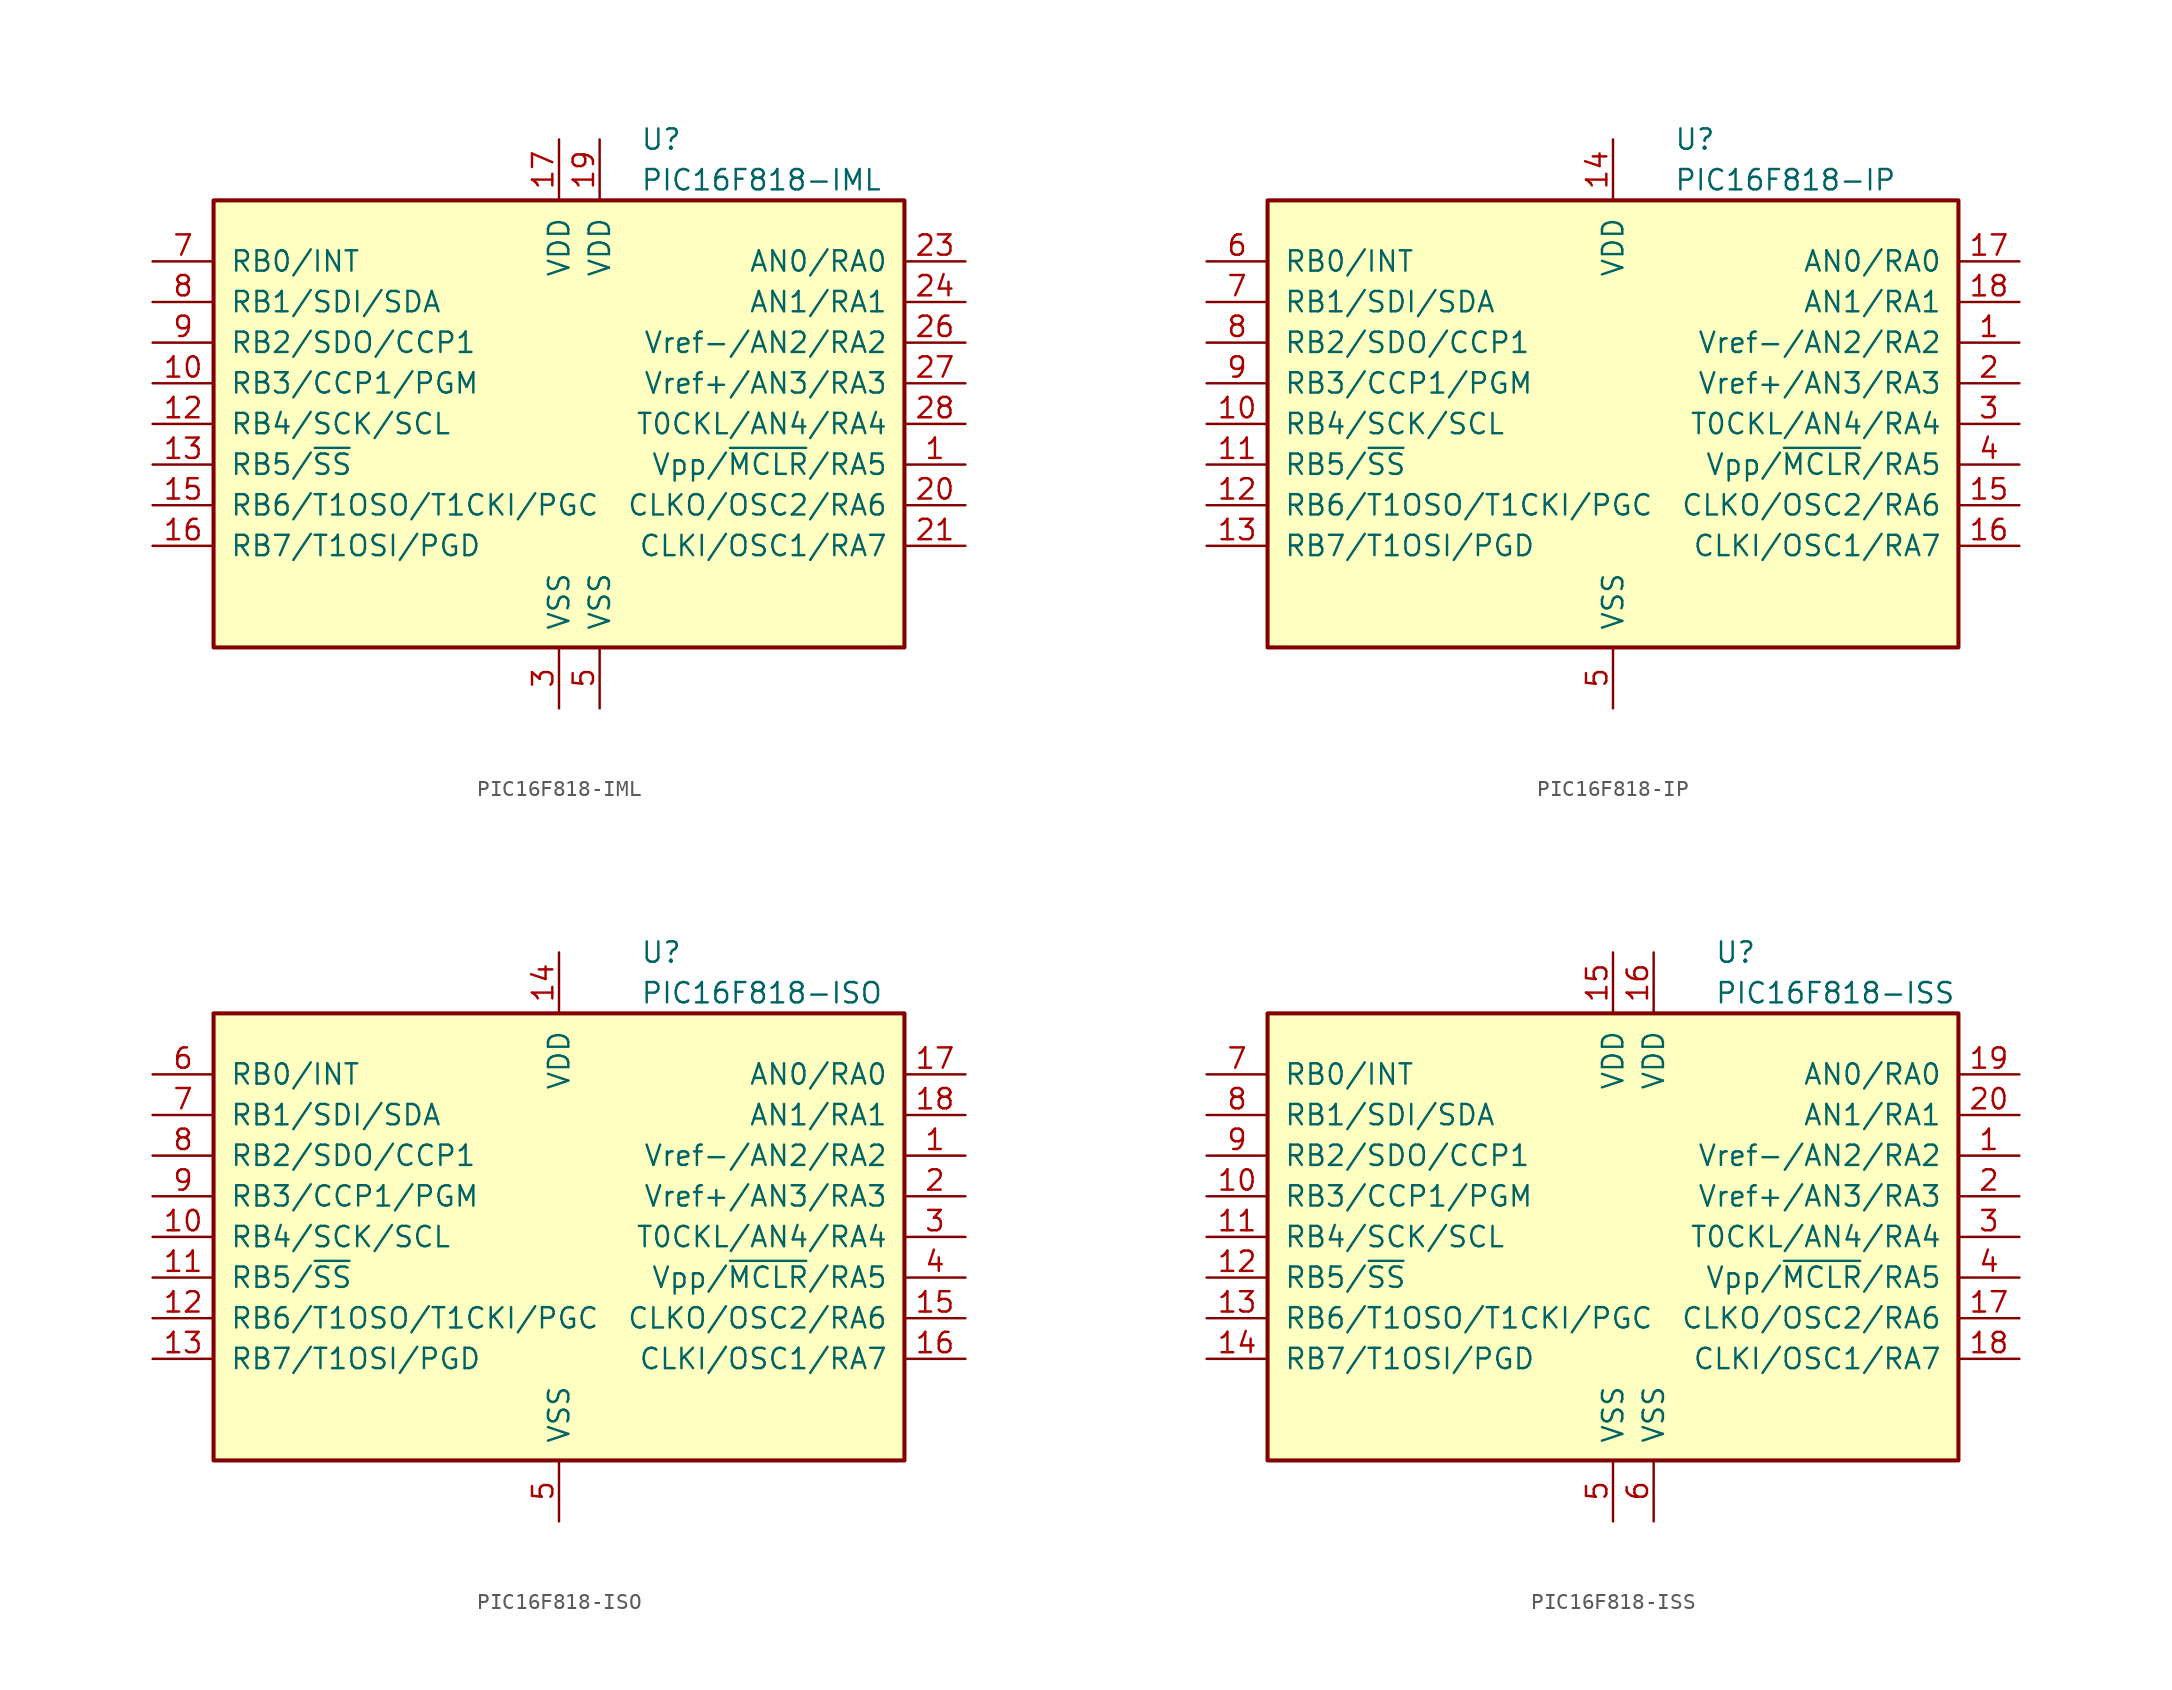
<source format=kicad_sym>
(kicad_symbol_lib
  (version 20201005)
  (generator kicad_symbol_editor)
  (symbol "MCU_Microchip_PIC16:PIC16F818-IML"
    (pin_names
      (offset 1.016))
    (property "Reference" "U"
      (at 5.08 17.78 0)
      (effects (font (size 1.27 1.27)) (justify left)))
    (property "Value" "PIC16F818-IML"
      (at 5.08 15.24 0)
      (effects (font (size 1.27 1.27)) (justify left)))
    (symbol "PIC16F818-IML_0_1"
      (rectangle (start -21.59 13.97) (end 21.59 -13.97) (stroke (width 0.254)) (fill (type background))))
    (symbol "PIC16F818-IML_1_1"
      (pin input line (at 25.4 -2.54 180) (length 3.81) (name "Vpp/~MCLR~/RA5" (effects (font (size 1.27 1.27)))) (number "1" (effects (font (size 1.27 1.27)))))
      (pin bidirectional line (at -25.4 2.54 0) (length 3.81) (name "RB3/CCP1/PGM" (effects (font (size 1.27 1.27)))) (number "10" (effects (font (size 1.27 1.27)))))
      (pin bidirectional line (at -25.4 0 0) (length 3.81) (name "RB4/SCK/SCL" (effects (font (size 1.27 1.27)))) (number "12" (effects (font (size 1.27 1.27)))))
      (pin bidirectional line (at -25.4 -2.54 0) (length 3.81) (name "RB5/~SS~" (effects (font (size 1.27 1.27)))) (number "13" (effects (font (size 1.27 1.27)))))
      (pin bidirectional line (at -25.4 -5.08 0) (length 3.81) (name "RB6/T1OSO/T1CKI/PGC" (effects (font (size 1.27 1.27)))) (number "15" (effects (font (size 1.27 1.27)))))
      (pin bidirectional line (at -25.4 -7.62 0) (length 3.81) (name "RB7/T1OSI/PGD" (effects (font (size 1.27 1.27)))) (number "16" (effects (font (size 1.27 1.27)))))
      (pin power_in line (at 0 17.78 270) (length 3.81) (name "VDD" (effects (font (size 1.27 1.27)))) (number "17" (effects (font (size 1.27 1.27)))))
      (pin power_in line (at 2.54 17.78 270) (length 3.81) (name "VDD" (effects (font (size 1.27 1.27)))) (number "19" (effects (font (size 1.27 1.27)))))
      (pin bidirectional line (at 25.4 -5.08 180) (length 3.81) (name "CLKO/OSC2/RA6" (effects (font (size 1.27 1.27)))) (number "20" (effects (font (size 1.27 1.27)))))
      (pin bidirectional line (at 25.4 -7.62 180) (length 3.81) (name "CLKI/OSC1/RA7" (effects (font (size 1.27 1.27)))) (number "21" (effects (font (size 1.27 1.27)))))
      (pin bidirectional line (at 25.4 10.16 180) (length 3.81) (name "AN0/RA0" (effects (font (size 1.27 1.27)))) (number "23" (effects (font (size 1.27 1.27)))))
      (pin bidirectional line (at 25.4 7.62 180) (length 3.81) (name "AN1/RA1" (effects (font (size 1.27 1.27)))) (number "24" (effects (font (size 1.27 1.27)))))
      (pin bidirectional line (at 25.4 5.08 180) (length 3.81) (name "Vref-/AN2/RA2" (effects (font (size 1.27 1.27)))) (number "26" (effects (font (size 1.27 1.27)))))
      (pin bidirectional line (at 25.4 2.54 180) (length 3.81) (name "Vref+/AN3/RA3" (effects (font (size 1.27 1.27)))) (number "27" (effects (font (size 1.27 1.27)))))
      (pin bidirectional line (at 25.4 0 180) (length 3.81) (name "T0CKL/AN4/RA4" (effects (font (size 1.27 1.27)))) (number "28" (effects (font (size 1.27 1.27)))))
      (pin power_in line (at 0 -17.78 90) (length 3.81) (name "VSS" (effects (font (size 1.27 1.27)))) (number "3" (effects (font (size 1.27 1.27)))))
      (pin power_in line (at 2.54 -17.78 90) (length 3.81) (name "VSS" (effects (font (size 1.27 1.27)))) (number "5" (effects (font (size 1.27 1.27)))))
      (pin bidirectional line (at -25.4 10.16 0) (length 3.81) (name "RB0/INT" (effects (font (size 1.27 1.27)))) (number "7" (effects (font (size 1.27 1.27)))))
      (pin bidirectional line (at -25.4 7.62 0) (length 3.81) (name "RB1/SDI/SDA" (effects (font (size 1.27 1.27)))) (number "8" (effects (font (size 1.27 1.27)))))
      (pin bidirectional line (at -25.4 5.08 0) (length 3.81) (name "RB2/SDO/CCP1" (effects (font (size 1.27 1.27)))) (number "9" (effects (font (size 1.27 1.27)))))))
  (symbol "MCU_Microchip_PIC16:PIC16F818-IP"
    (pin_names
      (offset 1.016))
    (property "Reference" "U"
      (at 3.81 17.78 0)
      (effects (font (size 1.27 1.27)) (justify left)))
    (property "Value" "PIC16F818-IP"
      (at 3.81 15.24 0)
      (effects (font (size 1.27 1.27)) (justify left)))
    (symbol "PIC16F818-IP_0_1"
      (rectangle (start -21.59 13.97) (end 21.59 -13.97) (stroke (width 0.254)) (fill (type background))))
    (symbol "PIC16F818-IP_1_1"
      (pin bidirectional line (at 25.4 5.08 180) (length 3.81) (name "Vref-/AN2/RA2" (effects (font (size 1.27 1.27)))) (number "1" (effects (font (size 1.27 1.27)))))
      (pin bidirectional line (at -25.4 0 0) (length 3.81) (name "RB4/SCK/SCL" (effects (font (size 1.27 1.27)))) (number "10" (effects (font (size 1.27 1.27)))))
      (pin bidirectional line (at -25.4 -2.54 0) (length 3.81) (name "RB5/~SS~" (effects (font (size 1.27 1.27)))) (number "11" (effects (font (size 1.27 1.27)))))
      (pin bidirectional line (at -25.4 -5.08 0) (length 3.81) (name "RB6/T1OSO/T1CKI/PGC" (effects (font (size 1.27 1.27)))) (number "12" (effects (font (size 1.27 1.27)))))
      (pin bidirectional line (at -25.4 -7.62 0) (length 3.81) (name "RB7/T1OSI/PGD" (effects (font (size 1.27 1.27)))) (number "13" (effects (font (size 1.27 1.27)))))
      (pin power_in line (at 0 17.78 270) (length 3.81) (name "VDD" (effects (font (size 1.27 1.27)))) (number "14" (effects (font (size 1.27 1.27)))))
      (pin bidirectional line (at 25.4 -5.08 180) (length 3.81) (name "CLKO/OSC2/RA6" (effects (font (size 1.27 1.27)))) (number "15" (effects (font (size 1.27 1.27)))))
      (pin bidirectional line (at 25.4 -7.62 180) (length 3.81) (name "CLKI/OSC1/RA7" (effects (font (size 1.27 1.27)))) (number "16" (effects (font (size 1.27 1.27)))))
      (pin bidirectional line (at 25.4 10.16 180) (length 3.81) (name "AN0/RA0" (effects (font (size 1.27 1.27)))) (number "17" (effects (font (size 1.27 1.27)))))
      (pin bidirectional line (at 25.4 7.62 180) (length 3.81) (name "AN1/RA1" (effects (font (size 1.27 1.27)))) (number "18" (effects (font (size 1.27 1.27)))))
      (pin bidirectional line (at 25.4 2.54 180) (length 3.81) (name "Vref+/AN3/RA3" (effects (font (size 1.27 1.27)))) (number "2" (effects (font (size 1.27 1.27)))))
      (pin bidirectional line (at 25.4 0 180) (length 3.81) (name "T0CKL/AN4/RA4" (effects (font (size 1.27 1.27)))) (number "3" (effects (font (size 1.27 1.27)))))
      (pin input line (at 25.4 -2.54 180) (length 3.81) (name "Vpp/~MCLR~/RA5" (effects (font (size 1.27 1.27)))) (number "4" (effects (font (size 1.27 1.27)))))
      (pin power_in line (at 0 -17.78 90) (length 3.81) (name "VSS" (effects (font (size 1.27 1.27)))) (number "5" (effects (font (size 1.27 1.27)))))
      (pin bidirectional line (at -25.4 10.16 0) (length 3.81) (name "RB0/INT" (effects (font (size 1.27 1.27)))) (number "6" (effects (font (size 1.27 1.27)))))
      (pin bidirectional line (at -25.4 7.62 0) (length 3.81) (name "RB1/SDI/SDA" (effects (font (size 1.27 1.27)))) (number "7" (effects (font (size 1.27 1.27)))))
      (pin bidirectional line (at -25.4 5.08 0) (length 3.81) (name "RB2/SDO/CCP1" (effects (font (size 1.27 1.27)))) (number "8" (effects (font (size 1.27 1.27)))))
      (pin bidirectional line (at -25.4 2.54 0) (length 3.81) (name "RB3/CCP1/PGM" (effects (font (size 1.27 1.27)))) (number "9" (effects (font (size 1.27 1.27)))))))
  (symbol "MCU_Microchip_PIC16:PIC16F818-ISO"
    (pin_names
      (offset 1.016))
    (property "Reference" "U"
      (at 5.08 17.78 0)
      (effects (font (size 1.27 1.27)) (justify left)))
    (property "Value" "PIC16F818-ISO"
      (at 5.08 15.24 0)
      (effects (font (size 1.27 1.27)) (justify left)))
    (symbol "PIC16F818-ISO_0_1"
      (rectangle (start -21.59 13.97) (end 21.59 -13.97) (stroke (width 0.254)) (fill (type background))))
    (symbol "PIC16F818-ISO_1_1"
      (pin bidirectional line (at 25.4 5.08 180) (length 3.81) (name "Vref-/AN2/RA2" (effects (font (size 1.27 1.27)))) (number "1" (effects (font (size 1.27 1.27)))))
      (pin bidirectional line (at -25.4 0 0) (length 3.81) (name "RB4/SCK/SCL" (effects (font (size 1.27 1.27)))) (number "10" (effects (font (size 1.27 1.27)))))
      (pin bidirectional line (at -25.4 -2.54 0) (length 3.81) (name "RB5/~SS~" (effects (font (size 1.27 1.27)))) (number "11" (effects (font (size 1.27 1.27)))))
      (pin bidirectional line (at -25.4 -5.08 0) (length 3.81) (name "RB6/T1OSO/T1CKI/PGC" (effects (font (size 1.27 1.27)))) (number "12" (effects (font (size 1.27 1.27)))))
      (pin bidirectional line (at -25.4 -7.62 0) (length 3.81) (name "RB7/T1OSI/PGD" (effects (font (size 1.27 1.27)))) (number "13" (effects (font (size 1.27 1.27)))))
      (pin power_in line (at 0 17.78 270) (length 3.81) (name "VDD" (effects (font (size 1.27 1.27)))) (number "14" (effects (font (size 1.27 1.27)))))
      (pin bidirectional line (at 25.4 -5.08 180) (length 3.81) (name "CLKO/OSC2/RA6" (effects (font (size 1.27 1.27)))) (number "15" (effects (font (size 1.27 1.27)))))
      (pin bidirectional line (at 25.4 -7.62 180) (length 3.81) (name "CLKI/OSC1/RA7" (effects (font (size 1.27 1.27)))) (number "16" (effects (font (size 1.27 1.27)))))
      (pin bidirectional line (at 25.4 10.16 180) (length 3.81) (name "AN0/RA0" (effects (font (size 1.27 1.27)))) (number "17" (effects (font (size 1.27 1.27)))))
      (pin bidirectional line (at 25.4 7.62 180) (length 3.81) (name "AN1/RA1" (effects (font (size 1.27 1.27)))) (number "18" (effects (font (size 1.27 1.27)))))
      (pin bidirectional line (at 25.4 2.54 180) (length 3.81) (name "Vref+/AN3/RA3" (effects (font (size 1.27 1.27)))) (number "2" (effects (font (size 1.27 1.27)))))
      (pin bidirectional line (at 25.4 0 180) (length 3.81) (name "T0CKL/AN4/RA4" (effects (font (size 1.27 1.27)))) (number "3" (effects (font (size 1.27 1.27)))))
      (pin input line (at 25.4 -2.54 180) (length 3.81) (name "Vpp/~MCLR~/RA5" (effects (font (size 1.27 1.27)))) (number "4" (effects (font (size 1.27 1.27)))))
      (pin power_in line (at 0 -17.78 90) (length 3.81) (name "VSS" (effects (font (size 1.27 1.27)))) (number "5" (effects (font (size 1.27 1.27)))))
      (pin bidirectional line (at -25.4 10.16 0) (length 3.81) (name "RB0/INT" (effects (font (size 1.27 1.27)))) (number "6" (effects (font (size 1.27 1.27)))))
      (pin bidirectional line (at -25.4 7.62 0) (length 3.81) (name "RB1/SDI/SDA" (effects (font (size 1.27 1.27)))) (number "7" (effects (font (size 1.27 1.27)))))
      (pin bidirectional line (at -25.4 5.08 0) (length 3.81) (name "RB2/SDO/CCP1" (effects (font (size 1.27 1.27)))) (number "8" (effects (font (size 1.27 1.27)))))
      (pin bidirectional line (at -25.4 2.54 0) (length 3.81) (name "RB3/CCP1/PGM" (effects (font (size 1.27 1.27)))) (number "9" (effects (font (size 1.27 1.27)))))))
  (symbol "MCU_Microchip_PIC16:PIC16F818-ISS"
    (pin_names
      (offset 1.016))
    (property "Reference" "U"
      (at 6.35 17.78 0)
      (effects (font (size 1.27 1.27)) (justify left)))
    (property "Value" "PIC16F818-ISS"
      (at 6.35 15.24 0)
      (effects (font (size 1.27 1.27)) (justify left)))
    (symbol "PIC16F818-ISS_0_1"
      (rectangle (start -21.59 13.97) (end 21.59 -13.97) (stroke (width 0.254)) (fill (type background))))
    (symbol "PIC16F818-ISS_1_1"
      (pin bidirectional line (at 25.4 5.08 180) (length 3.81) (name "Vref-/AN2/RA2" (effects (font (size 1.27 1.27)))) (number "1" (effects (font (size 1.27 1.27)))))
      (pin bidirectional line (at -25.4 2.54 0) (length 3.81) (name "RB3/CCP1/PGM" (effects (font (size 1.27 1.27)))) (number "10" (effects (font (size 1.27 1.27)))))
      (pin bidirectional line (at -25.4 0 0) (length 3.81) (name "RB4/SCK/SCL" (effects (font (size 1.27 1.27)))) (number "11" (effects (font (size 1.27 1.27)))))
      (pin bidirectional line (at -25.4 -2.54 0) (length 3.81) (name "RB5/~SS~" (effects (font (size 1.27 1.27)))) (number "12" (effects (font (size 1.27 1.27)))))
      (pin bidirectional line (at -25.4 -5.08 0) (length 3.81) (name "RB6/T1OSO/T1CKI/PGC" (effects (font (size 1.27 1.27)))) (number "13" (effects (font (size 1.27 1.27)))))
      (pin bidirectional line (at -25.4 -7.62 0) (length 3.81) (name "RB7/T1OSI/PGD" (effects (font (size 1.27 1.27)))) (number "14" (effects (font (size 1.27 1.27)))))
      (pin power_in line (at 0 17.78 270) (length 3.81) (name "VDD" (effects (font (size 1.27 1.27)))) (number "15" (effects (font (size 1.27 1.27)))))
      (pin power_in line (at 2.54 17.78 270) (length 3.81) (name "VDD" (effects (font (size 1.27 1.27)))) (number "16" (effects (font (size 1.27 1.27)))))
      (pin bidirectional line (at 25.4 -5.08 180) (length 3.81) (name "CLKO/OSC2/RA6" (effects (font (size 1.27 1.27)))) (number "17" (effects (font (size 1.27 1.27)))))
      (pin bidirectional line (at 25.4 -7.62 180) (length 3.81) (name "CLKI/OSC1/RA7" (effects (font (size 1.27 1.27)))) (number "18" (effects (font (size 1.27 1.27)))))
      (pin bidirectional line (at 25.4 10.16 180) (length 3.81) (name "AN0/RA0" (effects (font (size 1.27 1.27)))) (number "19" (effects (font (size 1.27 1.27)))))
      (pin bidirectional line (at 25.4 2.54 180) (length 3.81) (name "Vref+/AN3/RA3" (effects (font (size 1.27 1.27)))) (number "2" (effects (font (size 1.27 1.27)))))
      (pin bidirectional line (at 25.4 7.62 180) (length 3.81) (name "AN1/RA1" (effects (font (size 1.27 1.27)))) (number "20" (effects (font (size 1.27 1.27)))))
      (pin bidirectional line (at 25.4 0 180) (length 3.81) (name "T0CKL/AN4/RA4" (effects (font (size 1.27 1.27)))) (number "3" (effects (font (size 1.27 1.27)))))
      (pin input line (at 25.4 -2.54 180) (length 3.81) (name "Vpp/~MCLR~/RA5" (effects (font (size 1.27 1.27)))) (number "4" (effects (font (size 1.27 1.27)))))
      (pin power_in line (at 0 -17.78 90) (length 3.81) (name "VSS" (effects (font (size 1.27 1.27)))) (number "5" (effects (font (size 1.27 1.27)))))
      (pin power_in line (at 2.54 -17.78 90) (length 3.81) (name "VSS" (effects (font (size 1.27 1.27)))) (number "6" (effects (font (size 1.27 1.27)))))
      (pin bidirectional line (at -25.4 10.16 0) (length 3.81) (name "RB0/INT" (effects (font (size 1.27 1.27)))) (number "7" (effects (font (size 1.27 1.27)))))
      (pin bidirectional line (at -25.4 7.62 0) (length 3.81) (name "RB1/SDI/SDA" (effects (font (size 1.27 1.27)))) (number "8" (effects (font (size 1.27 1.27)))))
      (pin bidirectional line (at -25.4 5.08 0) (length 3.81) (name "RB2/SDO/CCP1" (effects (font (size 1.27 1.27)))) (number "9" (effects (font (size 1.27 1.27))))))))
</source>
